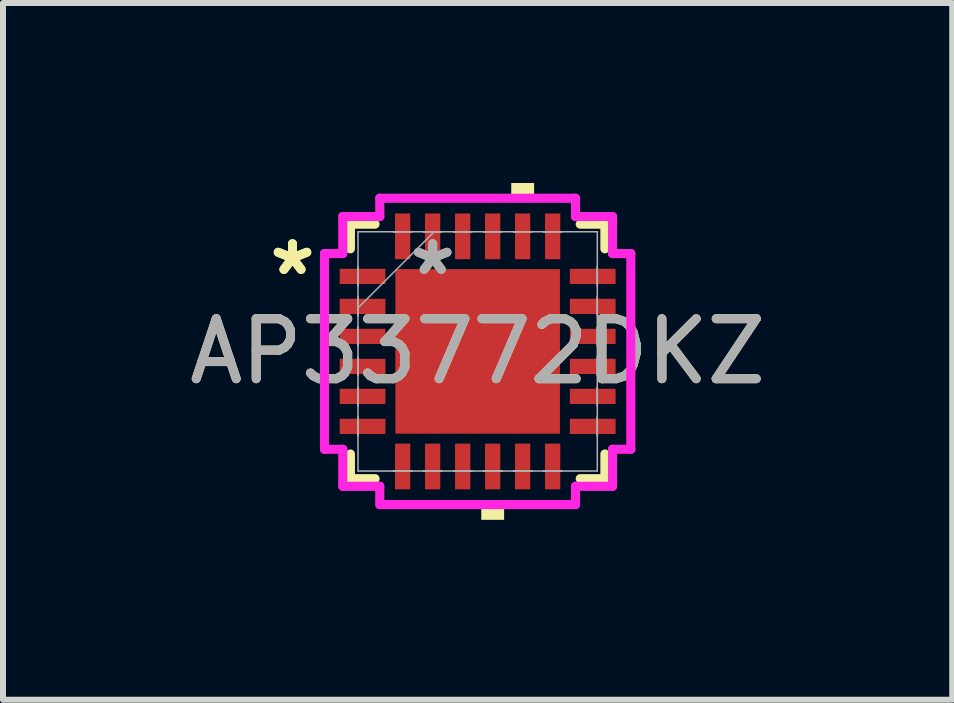
<source format=kicad_pcb>
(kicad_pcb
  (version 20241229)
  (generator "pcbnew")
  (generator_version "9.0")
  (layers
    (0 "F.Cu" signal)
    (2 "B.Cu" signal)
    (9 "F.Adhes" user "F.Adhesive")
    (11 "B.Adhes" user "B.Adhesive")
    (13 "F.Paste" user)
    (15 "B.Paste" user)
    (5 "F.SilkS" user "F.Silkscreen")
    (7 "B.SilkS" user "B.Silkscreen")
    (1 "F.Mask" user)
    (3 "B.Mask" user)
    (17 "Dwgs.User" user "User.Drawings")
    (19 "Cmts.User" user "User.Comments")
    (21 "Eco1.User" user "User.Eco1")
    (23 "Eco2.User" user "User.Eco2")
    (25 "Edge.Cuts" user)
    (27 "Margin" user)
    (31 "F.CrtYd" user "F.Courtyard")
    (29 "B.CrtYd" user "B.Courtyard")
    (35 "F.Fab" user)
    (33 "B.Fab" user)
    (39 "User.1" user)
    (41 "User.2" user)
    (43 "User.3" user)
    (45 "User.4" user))
  (footprint "AP33772DKZ"
    (layer "F.Cu")
    (at 4.911 2.807)
    (property "Reference" "AP33772DKZ" (at 0 0 0) (unlocked yes) (layer "F.SilkS") (effects (font (size 1 1) (thickness 0.15))))
    (attr smd)
    (fp_line (start -2.121 -2.121) (end -2.121 -1.71) (stroke (width 0.152) (type solid)) (layer "F.SilkS"))
    (fp_line (start -2.121 1.71) (end -2.121 2.121) (stroke (width 0.152) (type solid)) (layer "F.SilkS"))
    (fp_line (start -2.121 2.121) (end -1.71 2.121) (stroke (width 0.152) (type solid)) (layer "F.SilkS"))
    (fp_line (start -1.71 -2.121) (end -2.121 -2.121) (stroke (width 0.152) (type solid)) (layer "F.SilkS"))
    (fp_line (start 1.71 2.121) (end 2.121 2.121) (stroke (width 0.152) (type solid)) (layer "F.SilkS"))
    (fp_line (start 2.121 -2.121) (end 1.71 -2.121) (stroke (width 0.152) (type solid)) (layer "F.SilkS"))
    (fp_line (start 2.121 -1.71) (end 2.121 -2.121) (stroke (width 0.152) (type solid)) (layer "F.SilkS"))
    (fp_line (start 2.121 2.121) (end 2.121 1.71) (stroke (width 0.152) (type solid)) (layer "F.SilkS"))
    (fp_poly (pts (xy 0.06 2.553) (xy 0.06 2.807) (xy 0.441 2.807) (xy 0.441 2.553)) (stroke (width 0) (type solid)) (fill yes) (layer "F.SilkS"))
    (fp_poly (pts (xy 0.56 -2.553) (xy 0.56 -2.807) (xy 0.941 -2.807) (xy 0.941 -2.553)) (stroke (width 0) (type solid)) (fill yes) (layer "F.SilkS"))
    (fp_line (start -2.553 -1.631) (end -2.248 -1.631) (stroke (width 0.152) (type solid)) (layer "F.CrtYd"))
    (fp_line (start -2.553 1.631) (end -2.553 -1.631) (stroke (width 0.152) (type solid)) (layer "F.CrtYd"))
    (fp_line (start -2.248 -2.248) (end -1.631 -2.248) (stroke (width 0.152) (type solid)) (layer "F.CrtYd"))
    (fp_line (start -2.248 -1.631) (end -2.248 -2.248) (stroke (width 0.152) (type solid)) (layer "F.CrtYd"))
    (fp_line (start -2.248 1.631) (end -2.553 1.631) (stroke (width 0.152) (type solid)) (layer "F.CrtYd"))
    (fp_line (start -2.248 2.248) (end -2.248 1.631) (stroke (width 0.152) (type solid)) (layer "F.CrtYd"))
    (fp_line (start -1.631 -2.553) (end 1.631 -2.553) (stroke (width 0.152) (type solid)) (layer "F.CrtYd"))
    (fp_line (start -1.631 -2.248) (end -1.631 -2.553) (stroke (width 0.152) (type solid)) (layer "F.CrtYd"))
    (fp_line (start -1.631 2.248) (end -2.248 2.248) (stroke (width 0.152) (type solid)) (layer "F.CrtYd"))
    (fp_line (start -1.631 2.553) (end -1.631 2.248) (stroke (width 0.152) (type solid)) (layer "F.CrtYd"))
    (fp_line (start 1.631 -2.553) (end 1.631 -2.248) (stroke (width 0.152) (type solid)) (layer "F.CrtYd"))
    (fp_line (start 1.631 -2.248) (end 2.248 -2.248) (stroke (width 0.152) (type solid)) (layer "F.CrtYd"))
    (fp_line (start 1.631 2.248) (end 1.631 2.553) (stroke (width 0.152) (type solid)) (layer "F.CrtYd"))
    (fp_line (start 1.631 2.553) (end -1.631 2.553) (stroke (width 0.152) (type solid)) (layer "F.CrtYd"))
    (fp_line (start 2.248 -2.248) (end 2.248 -1.631) (stroke (width 0.152) (type solid)) (layer "F.CrtYd"))
    (fp_line (start 2.248 -1.631) (end 2.553 -1.631) (stroke (width 0.152) (type solid)) (layer "F.CrtYd"))
    (fp_line (start 2.248 1.631) (end 2.248 2.248) (stroke (width 0.152) (type solid)) (layer "F.CrtYd"))
    (fp_line (start 2.248 2.248) (end 1.631 2.248) (stroke (width 0.152) (type solid)) (layer "F.CrtYd"))
    (fp_line (start 2.553 -1.631) (end 2.553 1.631) (stroke (width 0.152) (type solid)) (layer "F.CrtYd"))
    (fp_line (start 2.553 1.631) (end 2.248 1.631) (stroke (width 0.152) (type solid)) (layer "F.CrtYd"))
    (fp_line (start -1.994 -1.994) (end -1.994 1.994) (stroke (width 0.025) (type solid)) (layer "F.Fab"))
    (fp_line (start -1.994 -1.403) (end -1.994 -1.403) (stroke (width 0.025) (type solid)) (layer "F.Fab"))
    (fp_line (start -1.994 -1.403) (end -1.994 -1.098) (stroke (width 0.025) (type solid)) (layer "F.Fab"))
    (fp_line (start -1.994 -1.098) (end -1.994 -1.403) (stroke (width 0.025) (type solid)) (layer "F.Fab"))
    (fp_line (start -1.994 -1.098) (end -1.994 -1.098) (stroke (width 0.025) (type solid)) (layer "F.Fab"))
    (fp_line (start -1.994 -0.903) (end -1.994 -0.903) (stroke (width 0.025) (type solid)) (layer "F.Fab"))
    (fp_line (start -1.994 -0.903) (end -1.994 -0.598) (stroke (width 0.025) (type solid)) (layer "F.Fab"))
    (fp_line (start -1.994 -0.724) (end -0.724 -1.994) (stroke (width 0.025) (type solid)) (layer "F.Fab"))
    (fp_line (start -1.994 -0.598) (end -1.994 -0.903) (stroke (width 0.025) (type solid)) (layer "F.Fab"))
    (fp_line (start -1.994 -0.598) (end -1.994 -0.598) (stroke (width 0.025) (type solid)) (layer "F.Fab"))
    (fp_line (start -1.994 -0.402) (end -1.994 -0.402) (stroke (width 0.025) (type solid)) (layer "F.Fab"))
    (fp_line (start -1.994 -0.402) (end -1.994 -0.098) (stroke (width 0.025) (type solid)) (layer "F.Fab"))
    (fp_line (start -1.994 -0.098) (end -1.994 -0.402) (stroke (width 0.025) (type solid)) (layer "F.Fab"))
    (fp_line (start -1.994 -0.098) (end -1.994 -0.098) (stroke (width 0.025) (type solid)) (layer "F.Fab"))
    (fp_line (start -1.994 0.098) (end -1.994 0.098) (stroke (width 0.025) (type solid)) (layer "F.Fab"))
    (fp_line (start -1.994 0.098) (end -1.994 0.402) (stroke (width 0.025) (type solid)) (layer "F.Fab"))
    (fp_line (start -1.994 0.402) (end -1.994 0.098) (stroke (width 0.025) (type solid)) (layer "F.Fab"))
    (fp_line (start -1.994 0.402) (end -1.994 0.402) (stroke (width 0.025) (type solid)) (layer "F.Fab"))
    (fp_line (start -1.994 0.598) (end -1.994 0.598) (stroke (width 0.025) (type solid)) (layer "F.Fab"))
    (fp_line (start -1.994 0.598) (end -1.994 0.903) (stroke (width 0.025) (type solid)) (layer "F.Fab"))
    (fp_line (start -1.994 0.903) (end -1.994 0.598) (stroke (width 0.025) (type solid)) (layer "F.Fab"))
    (fp_line (start -1.994 0.903) (end -1.994 0.903) (stroke (width 0.025) (type solid)) (layer "F.Fab"))
    (fp_line (start -1.994 1.098) (end -1.994 1.098) (stroke (width 0.025) (type solid)) (layer "F.Fab"))
    (fp_line (start -1.994 1.098) (end -1.994 1.403) (stroke (width 0.025) (type solid)) (layer "F.Fab"))
    (fp_line (start -1.994 1.403) (end -1.994 1.098) (stroke (width 0.025) (type solid)) (layer "F.Fab"))
    (fp_line (start -1.994 1.403) (end -1.994 1.403) (stroke (width 0.025) (type solid)) (layer "F.Fab"))
    (fp_line (start -1.994 1.994) (end 1.994 1.994) (stroke (width 0.025) (type solid)) (layer "F.Fab"))
    (fp_line (start -1.403 -1.994) (end -1.403 -1.994) (stroke (width 0.025) (type solid)) (layer "F.Fab"))
    (fp_line (start -1.403 -1.994) (end -1.098 -1.994) (stroke (width 0.025) (type solid)) (layer "F.Fab"))
    (fp_line (start -1.403 1.994) (end -1.403 1.994) (stroke (width 0.025) (type solid)) (layer "F.Fab"))
    (fp_line (start -1.403 1.994) (end -1.098 1.994) (stroke (width 0.025) (type solid)) (layer "F.Fab"))
    (fp_line (start -1.098 -1.994) (end -1.403 -1.994) (stroke (width 0.025) (type solid)) (layer "F.Fab"))
    (fp_line (start -1.098 -1.994) (end -1.098 -1.994) (stroke (width 0.025) (type solid)) (layer "F.Fab"))
    (fp_line (start -1.098 1.994) (end -1.403 1.994) (stroke (width 0.025) (type solid)) (layer "F.Fab"))
    (fp_line (start -1.098 1.994) (end -1.098 1.994) (stroke (width 0.025) (type solid)) (layer "F.Fab"))
    (fp_line (start -0.903 -1.994) (end -0.903 -1.994) (stroke (width 0.025) (type solid)) (layer "F.Fab"))
    (fp_line (start -0.903 -1.994) (end -0.598 -1.994) (stroke (width 0.025) (type solid)) (layer "F.Fab"))
    (fp_line (start -0.903 1.994) (end -0.903 1.994) (stroke (width 0.025) (type solid)) (layer "F.Fab"))
    (fp_line (start -0.903 1.994) (end -0.598 1.994) (stroke (width 0.025) (type solid)) (layer "F.Fab"))
    (fp_line (start -0.598 -1.994) (end -0.903 -1.994) (stroke (width 0.025) (type solid)) (layer "F.Fab"))
    (fp_line (start -0.598 -1.994) (end -0.598 -1.994) (stroke (width 0.025) (type solid)) (layer "F.Fab"))
    (fp_line (start -0.598 1.994) (end -0.903 1.994) (stroke (width 0.025) (type solid)) (layer "F.Fab"))
    (fp_line (start -0.598 1.994) (end -0.598 1.994) (stroke (width 0.025) (type solid)) (layer "F.Fab"))
    (fp_line (start -0.402 -1.994) (end -0.402 -1.994) (stroke (width 0.025) (type solid)) (layer "F.Fab"))
    (fp_line (start -0.402 -1.994) (end -0.098 -1.994) (stroke (width 0.025) (type solid)) (layer "F.Fab"))
    (fp_line (start -0.402 1.994) (end -0.402 1.994) (stroke (width 0.025) (type solid)) (layer "F.Fab"))
    (fp_line (start -0.402 1.994) (end -0.098 1.994) (stroke (width 0.025) (type solid)) (layer "F.Fab"))
    (fp_line (start -0.098 -1.994) (end -0.402 -1.994) (stroke (width 0.025) (type solid)) (layer "F.Fab"))
    (fp_line (start -0.098 -1.994) (end -0.098 -1.994) (stroke (width 0.025) (type solid)) (layer "F.Fab"))
    (fp_line (start -0.098 1.994) (end -0.402 1.994) (stroke (width 0.025) (type solid)) (layer "F.Fab"))
    (fp_line (start -0.098 1.994) (end -0.098 1.994) (stroke (width 0.025) (type solid)) (layer "F.Fab"))
    (fp_line (start 0.098 -1.994) (end 0.098 -1.994) (stroke (width 0.025) (type solid)) (layer "F.Fab"))
    (fp_line (start 0.098 -1.994) (end 0.402 -1.994) (stroke (width 0.025) (type solid)) (layer "F.Fab"))
    (fp_line (start 0.098 1.994) (end 0.098 1.994) (stroke (width 0.025) (type solid)) (layer "F.Fab"))
    (fp_line (start 0.098 1.994) (end 0.402 1.994) (stroke (width 0.025) (type solid)) (layer "F.Fab"))
    (fp_line (start 0.402 -1.994) (end 0.098 -1.994) (stroke (width 0.025) (type solid)) (layer "F.Fab"))
    (fp_line (start 0.402 -1.994) (end 0.402 -1.994) (stroke (width 0.025) (type solid)) (layer "F.Fab"))
    (fp_line (start 0.402 1.994) (end 0.098 1.994) (stroke (width 0.025) (type solid)) (layer "F.Fab"))
    (fp_line (start 0.402 1.994) (end 0.402 1.994) (stroke (width 0.025) (type solid)) (layer "F.Fab"))
    (fp_line (start 0.598 -1.994) (end 0.598 -1.994) (stroke (width 0.025) (type solid)) (layer "F.Fab"))
    (fp_line (start 0.598 -1.994) (end 0.903 -1.994) (stroke (width 0.025) (type solid)) (layer "F.Fab"))
    (fp_line (start 0.598 1.994) (end 0.598 1.994) (stroke (width 0.025) (type solid)) (layer "F.Fab"))
    (fp_line (start 0.598 1.994) (end 0.903 1.994) (stroke (width 0.025) (type solid)) (layer "F.Fab"))
    (fp_line (start 0.903 -1.994) (end 0.598 -1.994) (stroke (width 0.025) (type solid)) (layer "F.Fab"))
    (fp_line (start 0.903 -1.994) (end 0.903 -1.994) (stroke (width 0.025) (type solid)) (layer "F.Fab"))
    (fp_line (start 0.903 1.994) (end 0.598 1.994) (stroke (width 0.025) (type solid)) (layer "F.Fab"))
    (fp_line (start 0.903 1.994) (end 0.903 1.994) (stroke (width 0.025) (type solid)) (layer "F.Fab"))
    (fp_line (start 1.098 -1.994) (end 1.098 -1.994) (stroke (width 0.025) (type solid)) (layer "F.Fab"))
    (fp_line (start 1.098 -1.994) (end 1.403 -1.994) (stroke (width 0.025) (type solid)) (layer "F.Fab"))
    (fp_line (start 1.098 1.994) (end 1.098 1.994) (stroke (width 0.025) (type solid)) (layer "F.Fab"))
    (fp_line (start 1.098 1.994) (end 1.403 1.994) (stroke (width 0.025) (type solid)) (layer "F.Fab"))
    (fp_line (start 1.403 -1.994) (end 1.098 -1.994) (stroke (width 0.025) (type solid)) (layer "F.Fab"))
    (fp_line (start 1.403 -1.994) (end 1.403 -1.994) (stroke (width 0.025) (type solid)) (layer "F.Fab"))
    (fp_line (start 1.403 1.994) (end 1.098 1.994) (stroke (width 0.025) (type solid)) (layer "F.Fab"))
    (fp_line (start 1.403 1.994) (end 1.403 1.994) (stroke (width 0.025) (type solid)) (layer "F.Fab"))
    (fp_line (start 1.994 -1.994) (end -1.994 -1.994) (stroke (width 0.025) (type solid)) (layer "F.Fab"))
    (fp_line (start 1.994 -1.403) (end 1.994 -1.403) (stroke (width 0.025) (type solid)) (layer "F.Fab"))
    (fp_line (start 1.994 -1.403) (end 1.994 -1.098) (stroke (width 0.025) (type solid)) (layer "F.Fab"))
    (fp_line (start 1.994 -1.098) (end 1.994 -1.403) (stroke (width 0.025) (type solid)) (layer "F.Fab"))
    (fp_line (start 1.994 -1.098) (end 1.994 -1.098) (stroke (width 0.025) (type solid)) (layer "F.Fab"))
    (fp_line (start 1.994 -0.903) (end 1.994 -0.903) (stroke (width 0.025) (type solid)) (layer "F.Fab"))
    (fp_line (start 1.994 -0.903) (end 1.994 -0.598) (stroke (width 0.025) (type solid)) (layer "F.Fab"))
    (fp_line (start 1.994 -0.598) (end 1.994 -0.903) (stroke (width 0.025) (type solid)) (layer "F.Fab"))
    (fp_line (start 1.994 -0.598) (end 1.994 -0.598) (stroke (width 0.025) (type solid)) (layer "F.Fab"))
    (fp_line (start 1.994 -0.402) (end 1.994 -0.402) (stroke (width 0.025) (type solid)) (layer "F.Fab"))
    (fp_line (start 1.994 -0.402) (end 1.994 -0.098) (stroke (width 0.025) (type solid)) (layer "F.Fab"))
    (fp_line (start 1.994 -0.098) (end 1.994 -0.402) (stroke (width 0.025) (type solid)) (layer "F.Fab"))
    (fp_line (start 1.994 -0.098) (end 1.994 -0.098) (stroke (width 0.025) (type solid)) (layer "F.Fab"))
    (fp_line (start 1.994 0.098) (end 1.994 0.098) (stroke (width 0.025) (type solid)) (layer "F.Fab"))
    (fp_line (start 1.994 0.098) (end 1.994 0.402) (stroke (width 0.025) (type solid)) (layer "F.Fab"))
    (fp_line (start 1.994 0.402) (end 1.994 0.098) (stroke (width 0.025) (type solid)) (layer "F.Fab"))
    (fp_line (start 1.994 0.402) (end 1.994 0.402) (stroke (width 0.025) (type solid)) (layer "F.Fab"))
    (fp_line (start 1.994 0.598) (end 1.994 0.598) (stroke (width 0.025) (type solid)) (layer "F.Fab"))
    (fp_line (start 1.994 0.598) (end 1.994 0.903) (stroke (width 0.025) (type solid)) (layer "F.Fab"))
    (fp_line (start 1.994 0.903) (end 1.994 0.598) (stroke (width 0.025) (type solid)) (layer "F.Fab"))
    (fp_line (start 1.994 0.903) (end 1.994 0.903) (stroke (width 0.025) (type solid)) (layer "F.Fab"))
    (fp_line (start 1.994 1.098) (end 1.994 1.098) (stroke (width 0.025) (type solid)) (layer "F.Fab"))
    (fp_line (start 1.994 1.098) (end 1.994 1.403) (stroke (width 0.025) (type solid)) (layer "F.Fab"))
    (fp_line (start 1.994 1.403) (end 1.994 1.098) (stroke (width 0.025) (type solid)) (layer "F.Fab"))
    (fp_line (start 1.994 1.403) (end 1.994 1.403) (stroke (width 0.025) (type solid)) (layer "F.Fab"))
    (fp_line (start 1.994 1.994) (end 1.994 -1.994) (stroke (width 0.025) (type solid)) (layer "F.Fab"))
    (fp_text user "*" (at -3.086 -1.25 0) (layer "F.SilkS") (effects (font (size 1 1) (thickness 0.15))))
    (fp_text user "*" (at -3.086 -1.25 0) (unlocked yes) (layer "F.SilkS") (effects (font (size 1 1) (thickness 0.15))))
    (fp_text user "${REFERENCE}" (at 0 0 0) (unlocked yes) (layer "F.Fab") (effects (font (size 1 1) (thickness 0.15))))
    (fp_text user "*" (at -0.749 -1.25 0) (layer "F.Fab") (effects (font (size 1 1) (thickness 0.15))))
    (fp_text user "*" (at -0.749 -1.25 0) (unlocked yes) (layer "F.Fab") (effects (font (size 1 1) (thickness 0.15))))
    (pad "1" smd rect (at -1.918 -1.25 90) (size 0.254 0.762) (layers "F.Cu" "F.Mask" "F.Paste"))
    (pad "2" smd rect (at -1.918 -0.75 90) (size 0.254 0.762) (layers "F.Cu" "F.Mask" "F.Paste"))
    (pad "3" smd rect (at -1.918 -0.25 90) (size 0.254 0.762) (layers "F.Cu" "F.Mask" "F.Paste"))
    (pad "4" smd rect (at -1.918 0.25 90) (size 0.254 0.762) (layers "F.Cu" "F.Mask" "F.Paste"))
    (pad "5" smd rect (at -1.918 0.75 90) (size 0.254 0.762) (layers "F.Cu" "F.Mask" "F.Paste"))
    (pad "6" smd rect (at -1.918 1.25 90) (size 0.254 0.762) (layers "F.Cu" "F.Mask" "F.Paste"))
    (pad "7" smd rect (at -1.25 1.918) (size 0.254 0.762) (layers "F.Cu" "F.Mask" "F.Paste"))
    (pad "8" smd rect (at -0.75 1.918) (size 0.254 0.762) (layers "F.Cu" "F.Mask" "F.Paste"))
    (pad "9" smd rect (at -0.25 1.918) (size 0.254 0.762) (layers "F.Cu" "F.Mask" "F.Paste"))
    (pad "10" smd rect (at 0.25 1.918) (size 0.254 0.762) (layers "F.Cu" "F.Mask" "F.Paste"))
    (pad "11" smd rect (at 0.75 1.918) (size 0.254 0.762) (layers "F.Cu" "F.Mask" "F.Paste"))
    (pad "12" smd rect (at 1.25 1.918) (size 0.254 0.762) (layers "F.Cu" "F.Mask" "F.Paste"))
    (pad "13" smd rect (at 1.918 1.25 90) (size 0.254 0.762) (layers "F.Cu" "F.Mask" "F.Paste"))
    (pad "14" smd rect (at 1.918 0.75 90) (size 0.254 0.762) (layers "F.Cu" "F.Mask" "F.Paste"))
    (pad "15" smd rect (at 1.918 0.25 90) (size 0.254 0.762) (layers "F.Cu" "F.Mask" "F.Paste"))
    (pad "16" smd rect (at 1.918 -0.25 90) (size 0.254 0.762) (layers "F.Cu" "F.Mask" "F.Paste"))
    (pad "17" smd rect (at 1.918 -0.75 90) (size 0.254 0.762) (layers "F.Cu" "F.Mask" "F.Paste"))
    (pad "18" smd rect (at 1.918 -1.25 90) (size 0.254 0.762) (layers "F.Cu" "F.Mask" "F.Paste"))
    (pad "19" smd rect (at 1.25 -1.918) (size 0.254 0.762) (layers "F.Cu" "F.Mask" "F.Paste"))
    (pad "20" smd rect (at 0.75 -1.918) (size 0.254 0.762) (layers "F.Cu" "F.Mask" "F.Paste"))
    (pad "21" smd rect (at 0.25 -1.918) (size 0.254 0.762) (layers "F.Cu" "F.Mask" "F.Paste"))
    (pad "22" smd rect (at -0.25 -1.918) (size 0.254 0.762) (layers "F.Cu" "F.Mask" "F.Paste"))
    (pad "23" smd rect (at -0.75 -1.918) (size 0.254 0.762) (layers "F.Cu" "F.Mask" "F.Paste"))
    (pad "24" smd rect (at -1.25 -1.918) (size 0.254 0.762) (layers "F.Cu" "F.Mask" "F.Paste"))
    (pad "25" smd rect (at 0 0) (size 2.743 2.743) (layers "F.Cu" "F.Mask" "F.Paste")))
  (gr_rect
    (start -3 -3)
    (end 12.821 8.613)
    (stroke (width 0.1) (type default))
    (fill no)
    (layer "Edge.Cuts")))
</source>
